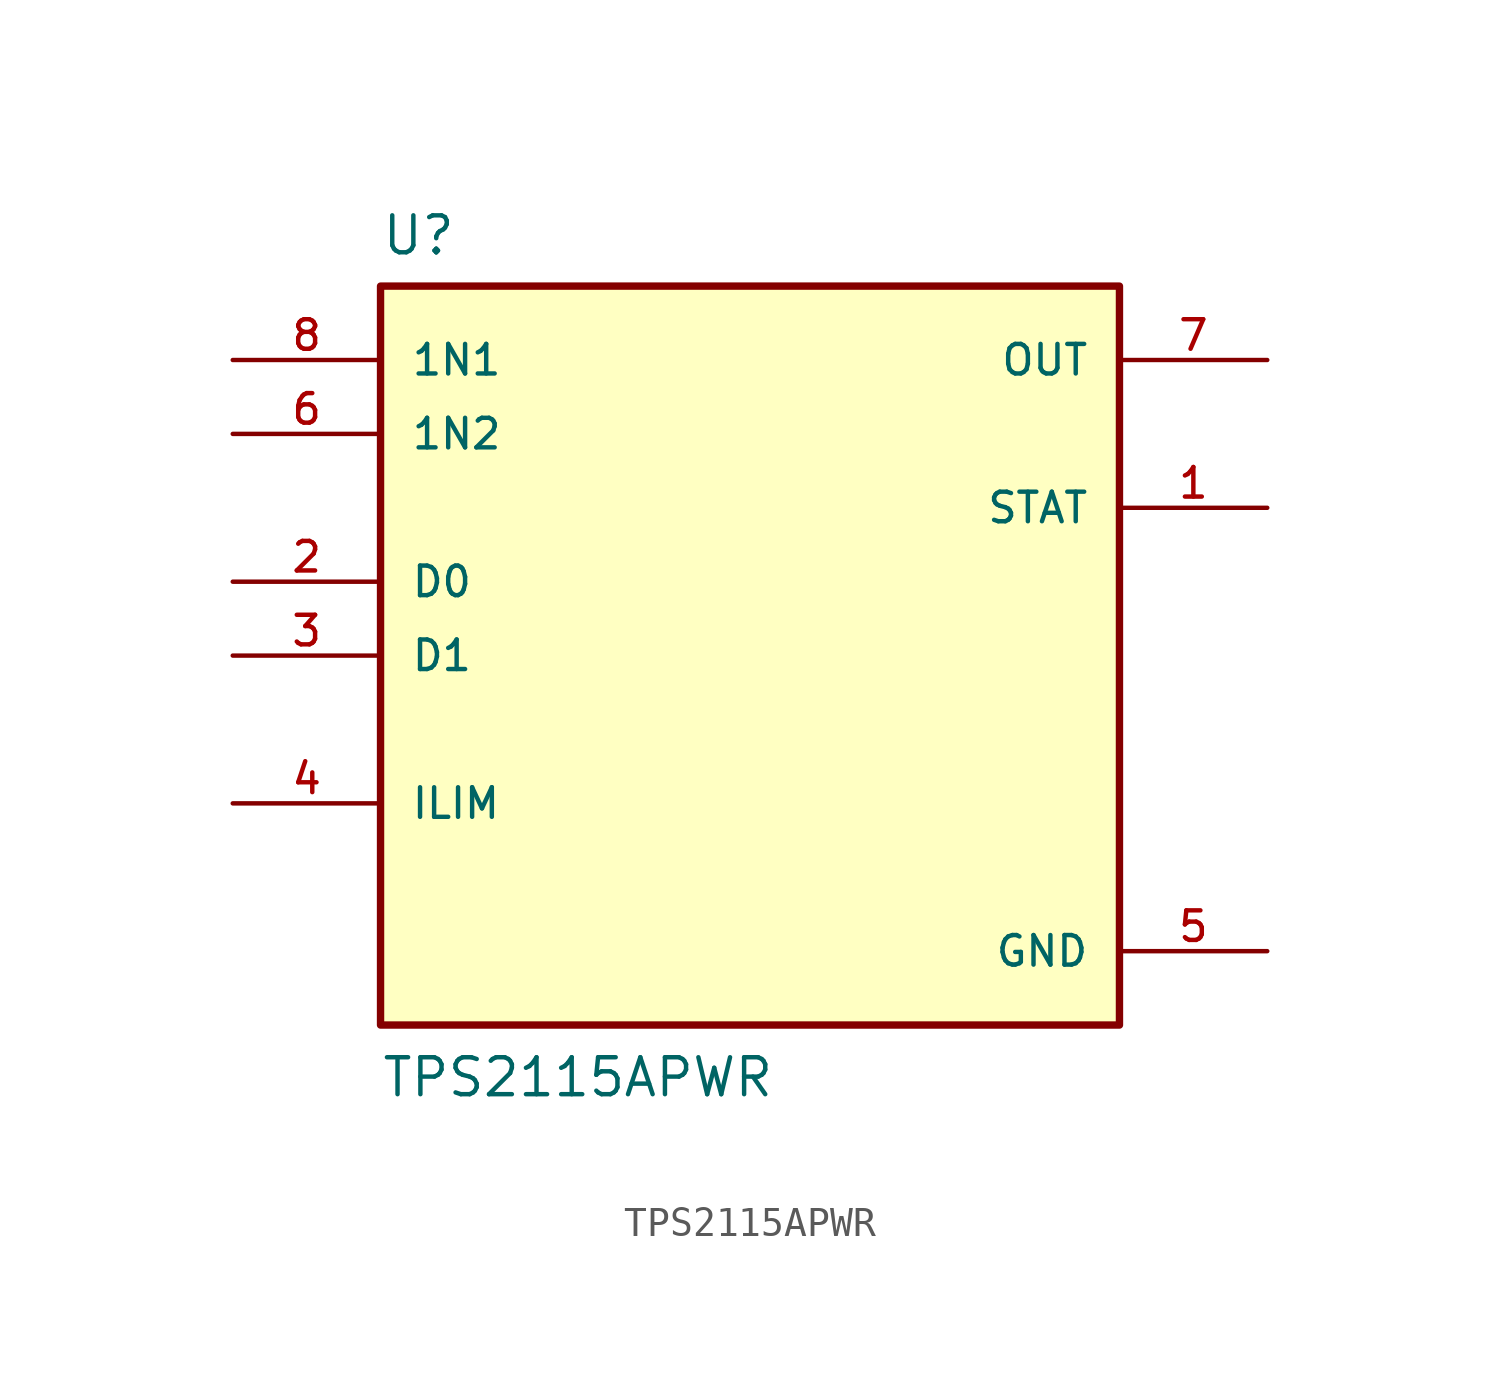
<source format=kicad_sym>
(kicad_symbol_lib
  (version 20211014)
  (generator kicad_symbol_editor)
  (symbol "TPS2115APWR"
    (pin_names
      (offset 1.016))
    (property "Reference" "U"
      (at -12.7 13.7 0.0)
      (effects (font (size 1.27 1.27)) (justify bottom left)))
    (property "Value" "TPS2115APWR"
      (at -12.7 -15.24 0.0)
      (effects (font (size 1.27 1.27)) (justify bottom left)))
    (symbol "TPS2115APWR_0_0"
      (rectangle (start -12.7 -12.7) (end 12.7 12.7) (stroke (width 0.254)) (fill (type background)))
      (pin input line (at -17.78 10.16 0) (length 5.08) (name "1N1" (effects (font (size 1.016 1.016)))) (number "8" (effects (font (size 1.016 1.016)))))
      (pin input line (at -17.78 7.62 0) (length 5.08) (name "1N2" (effects (font (size 1.016 1.016)))) (number "6" (effects (font (size 1.016 1.016)))))
      (pin input line (at -17.78 2.54 0) (length 5.08) (name "D0" (effects (font (size 1.016 1.016)))) (number "2" (effects (font (size 1.016 1.016)))))
      (pin input line (at -17.78 0.0 0) (length 5.08) (name "D1" (effects (font (size 1.016 1.016)))) (number "3" (effects (font (size 1.016 1.016)))))
      (pin passive line (at -17.78 -5.08 0) (length 5.08) (name "ILIM" (effects (font (size 1.016 1.016)))) (number "4" (effects (font (size 1.016 1.016)))))
      (pin output line (at 17.78 10.16 180.0) (length 5.08) (name "OUT" (effects (font (size 1.016 1.016)))) (number "7" (effects (font (size 1.016 1.016)))))
      (pin output line (at 17.78 5.08 180.0) (length 5.08) (name "STAT" (effects (font (size 1.016 1.016)))) (number "1" (effects (font (size 1.016 1.016)))))
      (pin power_in line (at 17.78 -10.16 180.0) (length 5.08) (name "GND" (effects (font (size 1.016 1.016)))) (number "5" (effects (font (size 1.016 1.016))))))))
</source>
